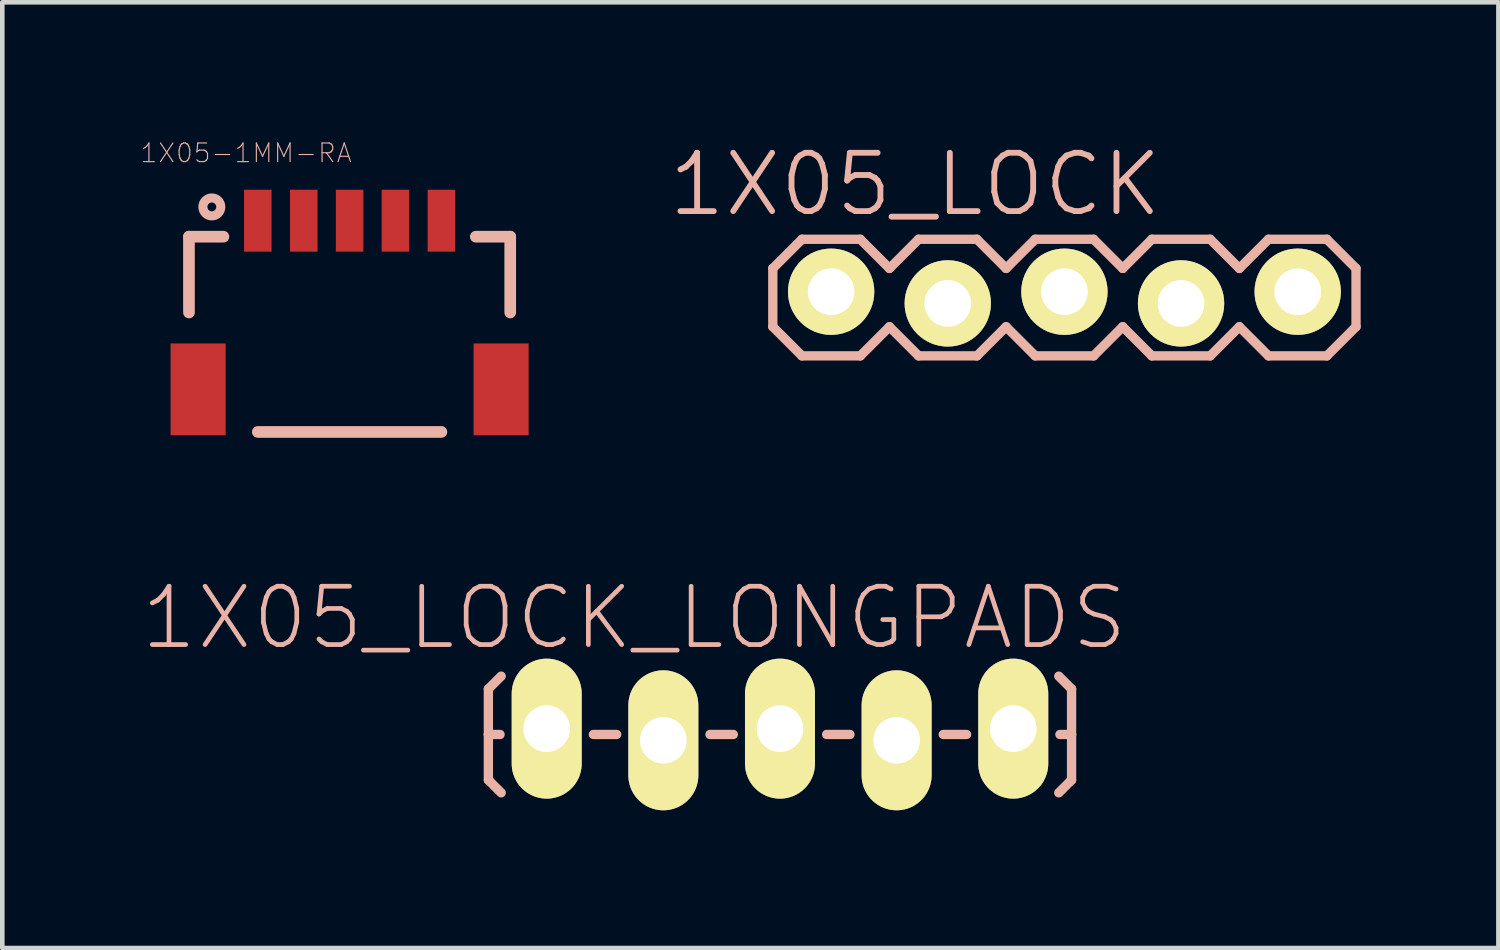
<source format=kicad_pcb>
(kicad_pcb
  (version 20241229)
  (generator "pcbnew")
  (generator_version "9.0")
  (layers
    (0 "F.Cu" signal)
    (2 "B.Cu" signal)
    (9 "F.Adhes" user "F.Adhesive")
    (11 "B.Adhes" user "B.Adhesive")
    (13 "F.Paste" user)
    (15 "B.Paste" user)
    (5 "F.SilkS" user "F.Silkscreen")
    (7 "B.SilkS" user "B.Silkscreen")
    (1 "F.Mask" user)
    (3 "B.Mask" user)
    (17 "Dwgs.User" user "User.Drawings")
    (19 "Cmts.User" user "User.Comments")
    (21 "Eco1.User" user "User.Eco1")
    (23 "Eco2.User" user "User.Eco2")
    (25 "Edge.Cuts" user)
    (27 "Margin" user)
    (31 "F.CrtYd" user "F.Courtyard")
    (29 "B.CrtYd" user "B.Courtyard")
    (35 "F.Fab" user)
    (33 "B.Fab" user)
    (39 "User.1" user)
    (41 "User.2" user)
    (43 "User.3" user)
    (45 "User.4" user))
  (footprint "1X05-1MM-RA"
    (layer "F.Cu")
    (at 4.563 1.756)
    (property "Reference" "1X05-1MM-RA" (at -2.253 -1.473 0) (layer "B.SilkS") (effects (font (size 0.406 0.406) (thickness 0.025))))
    (attr smd)
    (fp_line (start -3.498 0.348) (end -2.748 0.348) (stroke (width 0.254) (type solid)) (layer "B.SilkS"))
    (fp_line (start -3.498 1.999) (end -3.498 0.348) (stroke (width 0.254) (type solid)) (layer "B.SilkS"))
    (fp_line (start -1.999 4.6) (end 1.999 4.6) (stroke (width 0.254) (type solid)) (layer "B.SilkS"))
    (fp_line (start 2.748 0.348) (end 3.498 0.348) (stroke (width 0.254) (type solid)) (layer "B.SilkS"))
    (fp_line (start 3.498 0.348) (end 3.498 1.999) (stroke (width 0.254) (type solid)) (layer "B.SilkS"))
    (fp_circle (center -3 -0.3) (end -3.068 -0.368) (stroke (width 0.198) (type solid)) (fill no) (layer "B.SilkS"))
    (pad "1" smd rect (at -1.999 0) (size 0.599 1.349) (layers "F.Cu" "F.Mask" "F.Paste"))
    (pad "2" smd rect (at -0.998 0) (size 0.599 1.349) (layers "F.Cu" "F.Mask" "F.Paste"))
    (pad "3" smd rect (at 0 0) (size 0.599 1.349) (layers "F.Cu" "F.Mask" "F.Paste"))
    (pad "4" smd rect (at 0.998 0) (size 0.599 1.349) (layers "F.Cu" "F.Mask" "F.Paste"))
    (pad "5" smd rect (at 1.999 0) (size 0.599 1.349) (layers "F.Cu" "F.Mask" "F.Paste"))
    (pad "NC1" smd rect (at 3.299 3.673) (size 1.199 1.999) (layers "F.Cu" "F.Mask" "F.Paste"))
    (pad "NC2" smd rect (at -3.299 3.673) (size 1.199 1.999) (layers "F.Cu" "F.Mask" "F.Paste")))
  (footprint "1X05_LOCK_LONGPADS"
    (layer "F.Cu")
    (at 8.855 12.817)
    (property "Reference" "1X05_LOCK_LONGPADS" (at 1.905 -2.413 0) (layer "B.SilkS") (effects (font (size 1.27 1.27) (thickness 0.102))))
    (attr exclude_from_pos_files exclude_from_bom)
    (fp_line (start -0.292 -0.165) (end 0.292 -0.165) (stroke (width 0.066) (type solid)) (layer "F.SilkS"))
    (fp_line (start -0.292 0.419) (end -0.292 -0.165) (stroke (width 0.066) (type solid)) (layer "F.SilkS"))
    (fp_line (start -0.292 0.419) (end 0.292 0.419) (stroke (width 0.066) (type solid)) (layer "F.SilkS"))
    (fp_line (start 0.292 0.419) (end 0.292 -0.165) (stroke (width 0.066) (type solid)) (layer "F.SilkS"))
    (fp_line (start 2.248 -0.165) (end 2.832 -0.165) (stroke (width 0.066) (type solid)) (layer "F.SilkS"))
    (fp_line (start 2.248 0.419) (end 2.248 -0.165) (stroke (width 0.066) (type solid)) (layer "F.SilkS"))
    (fp_line (start 2.248 0.419) (end 2.832 0.419) (stroke (width 0.066) (type solid)) (layer "F.SilkS"))
    (fp_line (start 2.832 0.419) (end 2.832 -0.165) (stroke (width 0.066) (type solid)) (layer "F.SilkS"))
    (fp_line (start 4.788 -0.165) (end 5.372 -0.165) (stroke (width 0.066) (type solid)) (layer "F.SilkS"))
    (fp_line (start 4.788 0.419) (end 4.788 -0.165) (stroke (width 0.066) (type solid)) (layer "F.SilkS"))
    (fp_line (start 4.788 0.419) (end 5.372 0.419) (stroke (width 0.066) (type solid)) (layer "F.SilkS"))
    (fp_line (start 5.372 0.419) (end 5.372 -0.165) (stroke (width 0.066) (type solid)) (layer "F.SilkS"))
    (fp_line (start 7.328 -0.165) (end 7.912 -0.165) (stroke (width 0.066) (type solid)) (layer "F.SilkS"))
    (fp_line (start 7.328 0.419) (end 7.328 -0.165) (stroke (width 0.066) (type solid)) (layer "F.SilkS"))
    (fp_line (start 7.328 0.419) (end 7.912 0.419) (stroke (width 0.066) (type solid)) (layer "F.SilkS"))
    (fp_line (start 7.912 0.419) (end 7.912 -0.165) (stroke (width 0.066) (type solid)) (layer "F.SilkS"))
    (fp_line (start 9.868 -0.165) (end 10.452 -0.165) (stroke (width 0.066) (type solid)) (layer "F.SilkS"))
    (fp_line (start 9.868 0.419) (end 9.868 -0.165) (stroke (width 0.066) (type solid)) (layer "F.SilkS"))
    (fp_line (start 9.868 0.419) (end 10.452 0.419) (stroke (width 0.066) (type solid)) (layer "F.SilkS"))
    (fp_line (start 10.452 0.419) (end 10.452 -0.165) (stroke (width 0.066) (type solid)) (layer "F.SilkS"))
    (fp_line (start -1.27 -0.864) (end -0.991 -1.143) (stroke (width 0.203) (type solid)) (layer "B.SilkS"))
    (fp_line (start -1.27 0.127) (end -1.27 -0.864) (stroke (width 0.203) (type solid)) (layer "B.SilkS"))
    (fp_line (start -1.27 0.127) (end -1.27 1.118) (stroke (width 0.203) (type solid)) (layer "B.SilkS"))
    (fp_line (start -1.27 0.127) (end -1.016 0.127) (stroke (width 0.203) (type solid)) (layer "B.SilkS"))
    (fp_line (start -1.27 1.118) (end -0.991 1.397) (stroke (width 0.203) (type solid)) (layer "B.SilkS"))
    (fp_line (start 1.524 0.127) (end 1.016 0.127) (stroke (width 0.203) (type solid)) (layer "B.SilkS"))
    (fp_line (start 4.064 0.127) (end 3.556 0.127) (stroke (width 0.203) (type solid)) (layer "B.SilkS"))
    (fp_line (start 6.604 0.127) (end 6.096 0.127) (stroke (width 0.203) (type solid)) (layer "B.SilkS"))
    (fp_line (start 9.144 0.127) (end 8.636 0.127) (stroke (width 0.203) (type solid)) (layer "B.SilkS"))
    (fp_line (start 11.43 -0.864) (end 11.151 -1.143) (stroke (width 0.203) (type solid)) (layer "B.SilkS"))
    (fp_line (start 11.43 0.127) (end 11.176 0.127) (stroke (width 0.203) (type solid)) (layer "B.SilkS"))
    (fp_line (start 11.43 0.127) (end 11.43 -0.864) (stroke (width 0.203) (type solid)) (layer "B.SilkS"))
    (fp_line (start 11.43 0.127) (end 11.43 1.118) (stroke (width 0.203) (type solid)) (layer "B.SilkS"))
    (fp_line (start 11.43 1.118) (end 11.151 1.397) (stroke (width 0.203) (type solid)) (layer "B.SilkS"))
    (pad "1" thru_hole oval (at 0 0 180) (size 1.524 3.048) (drill 1.016) (layers "*.Cu" "F.Mask" "F.SilkS" "F.Paste"))
    (pad "2" thru_hole oval (at 2.54 0.254 180) (size 1.524 3.048) (drill 1.016) (layers "*.Cu" "F.Mask" "F.SilkS" "F.Paste"))
    (pad "3" thru_hole oval (at 5.08 0 180) (size 1.524 3.048) (drill 1.016) (layers "*.Cu" "F.Mask" "F.SilkS" "F.Paste"))
    (pad "4" thru_hole oval (at 7.62 0.254 180) (size 1.524 3.048) (drill 1.016) (layers "*.Cu" "F.Mask" "F.SilkS" "F.Paste"))
    (pad "5" thru_hole oval (at 10.16 0 180) (size 1.524 3.048) (drill 1.016) (layers "*.Cu" "F.Mask" "F.SilkS" "F.Paste")))
  (footprint "1X05_LOCK"
    (layer "F.Cu")
    (at 15.049 3.43)
    (property "Reference" "1X05_LOCK" (at 1.829 -2.464 0) (layer "B.SilkS") (effects (font (size 1.27 1.27) (thickness 0.127))))
    (attr exclude_from_pos_files exclude_from_bom)
    (fp_line (start -0.254 -0.254) (end 0.254 -0.254) (stroke (width 0.066) (type solid)) (layer "F.SilkS"))
    (fp_line (start -0.254 0.254) (end -0.254 -0.254) (stroke (width 0.066) (type solid)) (layer "F.SilkS"))
    (fp_line (start -0.254 0.254) (end 0.254 0.254) (stroke (width 0.066) (type solid)) (layer "F.SilkS"))
    (fp_line (start 0.254 0.254) (end 0.254 -0.254) (stroke (width 0.066) (type solid)) (layer "F.SilkS"))
    (fp_line (start 2.286 -0.254) (end 2.794 -0.254) (stroke (width 0.066) (type solid)) (layer "F.SilkS"))
    (fp_line (start 2.286 0.254) (end 2.286 -0.254) (stroke (width 0.066) (type solid)) (layer "F.SilkS"))
    (fp_line (start 2.286 0.254) (end 2.794 0.254) (stroke (width 0.066) (type solid)) (layer "F.SilkS"))
    (fp_line (start 2.794 0.254) (end 2.794 -0.254) (stroke (width 0.066) (type solid)) (layer "F.SilkS"))
    (fp_line (start 4.826 -0.254) (end 5.334 -0.254) (stroke (width 0.066) (type solid)) (layer "F.SilkS"))
    (fp_line (start 4.826 0.254) (end 4.826 -0.254) (stroke (width 0.066) (type solid)) (layer "F.SilkS"))
    (fp_line (start 4.826 0.254) (end 5.334 0.254) (stroke (width 0.066) (type solid)) (layer "F.SilkS"))
    (fp_line (start 5.334 0.254) (end 5.334 -0.254) (stroke (width 0.066) (type solid)) (layer "F.SilkS"))
    (fp_line (start 7.366 -0.254) (end 7.874 -0.254) (stroke (width 0.066) (type solid)) (layer "F.SilkS"))
    (fp_line (start 7.366 0.254) (end 7.366 -0.254) (stroke (width 0.066) (type solid)) (layer "F.SilkS"))
    (fp_line (start 7.366 0.254) (end 7.874 0.254) (stroke (width 0.066) (type solid)) (layer "F.SilkS"))
    (fp_line (start 7.874 0.254) (end 7.874 -0.254) (stroke (width 0.066) (type solid)) (layer "F.SilkS"))
    (fp_line (start 9.906 -0.254) (end 10.414 -0.254) (stroke (width 0.066) (type solid)) (layer "F.SilkS"))
    (fp_line (start 9.906 0.254) (end 9.906 -0.254) (stroke (width 0.066) (type solid)) (layer "F.SilkS"))
    (fp_line (start 9.906 0.254) (end 10.414 0.254) (stroke (width 0.066) (type solid)) (layer "F.SilkS"))
    (fp_line (start 10.414 0.254) (end 10.414 -0.254) (stroke (width 0.066) (type solid)) (layer "F.SilkS"))
    (fp_line (start -1.27 -0.635) (end -1.27 0.635) (stroke (width 0.203) (type solid)) (layer "B.SilkS"))
    (fp_line (start -1.27 0.635) (end -0.635 1.27) (stroke (width 0.203) (type solid)) (layer "B.SilkS"))
    (fp_line (start -0.635 -1.27) (end -1.27 -0.635) (stroke (width 0.203) (type solid)) (layer "B.SilkS"))
    (fp_line (start -0.635 -1.27) (end 0.635 -1.27) (stroke (width 0.203) (type solid)) (layer "B.SilkS"))
    (fp_line (start 0.635 -1.27) (end 1.27 -0.635) (stroke (width 0.203) (type solid)) (layer "B.SilkS"))
    (fp_line (start 0.635 1.27) (end -0.635 1.27) (stroke (width 0.203) (type solid)) (layer "B.SilkS"))
    (fp_line (start 1.27 -0.635) (end 1.905 -1.27) (stroke (width 0.203) (type solid)) (layer "B.SilkS"))
    (fp_line (start 1.27 0.635) (end 0.635 1.27) (stroke (width 0.203) (type solid)) (layer "B.SilkS"))
    (fp_line (start 1.905 -1.27) (end 3.175 -1.27) (stroke (width 0.203) (type solid)) (layer "B.SilkS"))
    (fp_line (start 1.905 1.27) (end 1.27 0.635) (stroke (width 0.203) (type solid)) (layer "B.SilkS"))
    (fp_line (start 3.175 -1.27) (end 3.81 -0.635) (stroke (width 0.203) (type solid)) (layer "B.SilkS"))
    (fp_line (start 3.175 1.27) (end 1.905 1.27) (stroke (width 0.203) (type solid)) (layer "B.SilkS"))
    (fp_line (start 3.81 -0.635) (end 4.445 -1.27) (stroke (width 0.203) (type solid)) (layer "B.SilkS"))
    (fp_line (start 3.81 0.635) (end 3.175 1.27) (stroke (width 0.203) (type solid)) (layer "B.SilkS"))
    (fp_line (start 4.445 -1.27) (end 5.715 -1.27) (stroke (width 0.203) (type solid)) (layer "B.SilkS"))
    (fp_line (start 4.445 1.27) (end 3.81 0.635) (stroke (width 0.203) (type solid)) (layer "B.SilkS"))
    (fp_line (start 5.715 -1.27) (end 6.35 -0.635) (stroke (width 0.203) (type solid)) (layer "B.SilkS"))
    (fp_line (start 5.715 1.27) (end 4.445 1.27) (stroke (width 0.203) (type solid)) (layer "B.SilkS"))
    (fp_line (start 6.35 0.635) (end 5.715 1.27) (stroke (width 0.203) (type solid)) (layer "B.SilkS"))
    (fp_line (start 6.35 0.635) (end 6.985 1.27) (stroke (width 0.203) (type solid)) (layer "B.SilkS"))
    (fp_line (start 6.985 -1.27) (end 6.35 -0.635) (stroke (width 0.203) (type solid)) (layer "B.SilkS"))
    (fp_line (start 6.985 -1.27) (end 8.255 -1.27) (stroke (width 0.203) (type solid)) (layer "B.SilkS"))
    (fp_line (start 8.255 -1.27) (end 8.89 -0.635) (stroke (width 0.203) (type solid)) (layer "B.SilkS"))
    (fp_line (start 8.255 1.27) (end 6.985 1.27) (stroke (width 0.203) (type solid)) (layer "B.SilkS"))
    (fp_line (start 8.89 -0.635) (end 9.525 -1.27) (stroke (width 0.203) (type solid)) (layer "B.SilkS"))
    (fp_line (start 8.89 0.635) (end 8.255 1.27) (stroke (width 0.203) (type solid)) (layer "B.SilkS"))
    (fp_line (start 9.525 -1.27) (end 10.795 -1.27) (stroke (width 0.203) (type solid)) (layer "B.SilkS"))
    (fp_line (start 9.525 1.27) (end 8.89 0.635) (stroke (width 0.203) (type solid)) (layer "B.SilkS"))
    (fp_line (start 10.795 -1.27) (end 11.43 -0.635) (stroke (width 0.203) (type solid)) (layer "B.SilkS"))
    (fp_line (start 10.795 1.27) (end 9.525 1.27) (stroke (width 0.203) (type solid)) (layer "B.SilkS"))
    (fp_line (start 11.43 -0.635) (end 11.43 0.635) (stroke (width 0.203) (type solid)) (layer "B.SilkS"))
    (fp_line (start 11.43 0.635) (end 10.795 1.27) (stroke (width 0.203) (type solid)) (layer "B.SilkS"))
    (pad "1" thru_hole circle (at 0 -0.127) (size 1.88 1.88) (drill 1.016) (layers "*.Cu" "F.Mask" "F.SilkS" "F.Paste"))
    (pad "2" thru_hole circle (at 2.54 0.127) (size 1.88 1.88) (drill 1.016) (layers "*.Cu" "F.Mask" "F.SilkS" "F.Paste"))
    (pad "3" thru_hole circle (at 5.08 -0.127) (size 1.88 1.88) (drill 1.016) (layers "*.Cu" "F.Mask" "F.SilkS" "F.Paste"))
    (pad "4" thru_hole circle (at 7.62 0.127) (size 1.88 1.88) (drill 1.016) (layers "*.Cu" "F.Mask" "F.SilkS" "F.Paste"))
    (pad "5" thru_hole circle (at 10.16 -0.127) (size 1.88 1.88) (drill 1.016) (layers "*.Cu" "F.Mask" "F.SilkS" "F.Paste")))
  (gr_rect
    (start -3 -3)
    (end 29.58 17.595)
    (stroke (width 0.1) (type default))
    (fill no)
    (layer "Edge.Cuts")))
</source>
